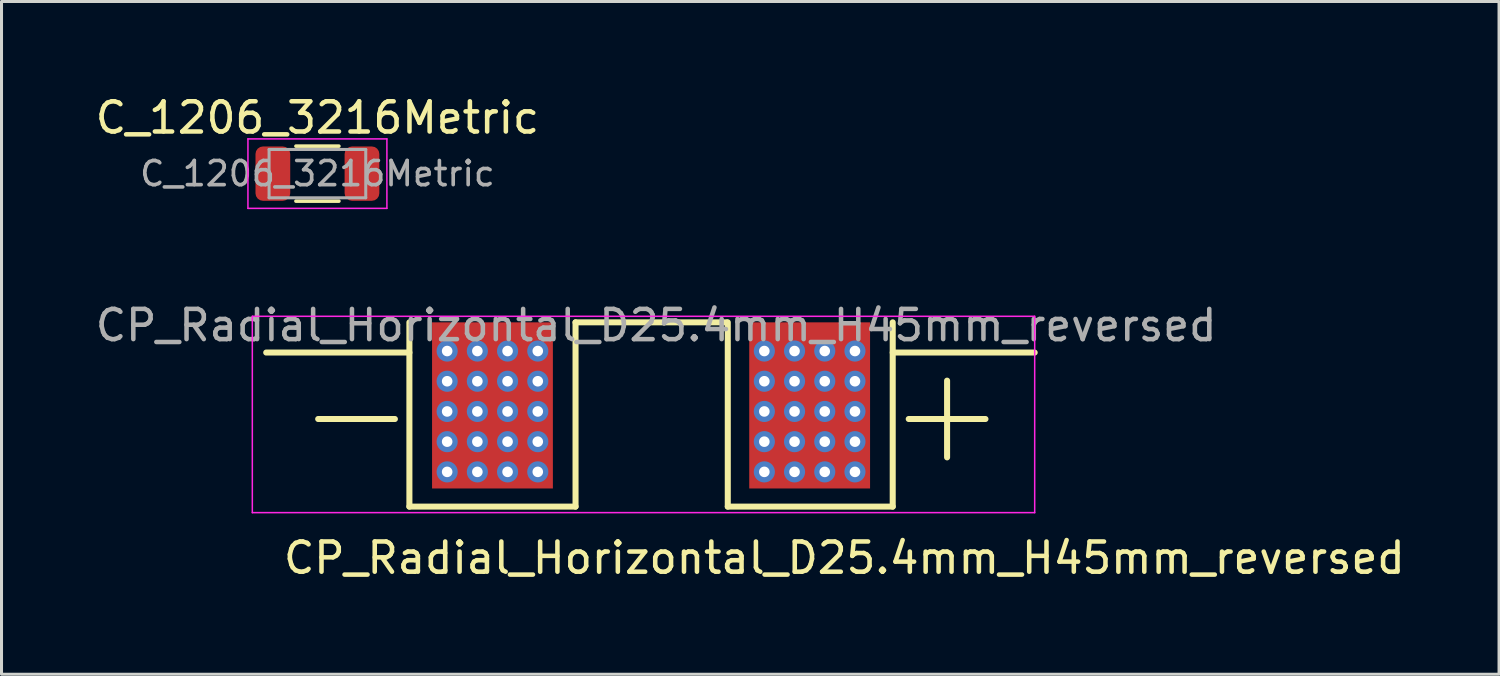
<source format=kicad_pcb>
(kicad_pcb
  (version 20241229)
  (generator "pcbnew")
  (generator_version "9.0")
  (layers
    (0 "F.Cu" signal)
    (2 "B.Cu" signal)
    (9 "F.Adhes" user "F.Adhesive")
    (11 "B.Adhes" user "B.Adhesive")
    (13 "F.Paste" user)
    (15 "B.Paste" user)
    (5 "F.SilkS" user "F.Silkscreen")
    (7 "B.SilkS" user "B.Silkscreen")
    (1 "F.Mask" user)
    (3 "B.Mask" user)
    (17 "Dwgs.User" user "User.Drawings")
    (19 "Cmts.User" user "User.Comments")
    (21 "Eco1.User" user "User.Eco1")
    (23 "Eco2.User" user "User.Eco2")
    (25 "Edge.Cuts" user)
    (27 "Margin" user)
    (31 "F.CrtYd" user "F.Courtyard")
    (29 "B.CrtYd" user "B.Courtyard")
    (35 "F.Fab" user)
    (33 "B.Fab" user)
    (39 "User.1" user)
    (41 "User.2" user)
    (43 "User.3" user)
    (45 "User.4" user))
  (footprint "CP_Radial_Horizontal_D25.4mm_H45mm_reversed"
    (layer "F.Cu")
    (at 18.503 7.421)
    (property "Reference" "CP_Radial_Horizontal_D25.4mm_H45mm_reversed" (at 6.4 8 0) (layer "F.SilkS") (effects (font (size 1 1) (thickness 0.15))))
    (attr through_hole)
    (fp_line (start -11.02 3.4) (end -8.48 3.4) (stroke (width 0.2) (type default)) (layer "F.SilkS"))
    (fp_line (start -8 0.2) (end -8 6.3) (stroke (width 0.2) (type default)) (layer "F.SilkS"))
    (fp_line (start -8 1.2) (end -12.74 1.2) (stroke (width 0.2) (type default)) (layer "F.SilkS"))
    (fp_line (start -2.5 0.2) (end -2.5 6.3) (stroke (width 0.2) (type default)) (layer "F.SilkS"))
    (fp_line (start -2.5 6.3) (end -8 6.3) (stroke (width 0.2) (type default)) (layer "F.SilkS"))
    (fp_line (start 2.5 0.2) (end -2.5 0.2) (stroke (width 0.2) (type default)) (layer "F.SilkS"))
    (fp_line (start 2.54 0.2) (end 2.54 6.3) (stroke (width 0.2) (type default)) (layer "F.SilkS"))
    (fp_line (start 8 0.2) (end 8 6.3) (stroke (width 0.2) (type default)) (layer "F.SilkS"))
    (fp_line (start 8 6.3) (end 2.54 6.3) (stroke (width 0.2) (type default)) (layer "F.SilkS"))
    (fp_line (start 9.8 2.13) (end 9.8 4.67) (stroke (width 0.2) (type default)) (layer "F.SilkS"))
    (fp_line (start 11.07 3.4) (end 8.53 3.4) (stroke (width 0.2) (type default)) (layer "F.SilkS"))
    (fp_line (start 12.7 1.2) (end 8 1.2) (stroke (width 0.2) (type default)) (layer "F.SilkS"))
    (fp_line (start -13.2 0) (end 12.7 0) (stroke (width 0.05) (type default)) (layer "F.CrtYd"))
    (fp_line (start -13.2 6.5) (end -13.2 0) (stroke (width 0.05) (type default)) (layer "F.CrtYd"))
    (fp_line (start 12.7 0) (end 12.7 6.5) (stroke (width 0.05) (type default)) (layer "F.CrtYd"))
    (fp_line (start 12.7 6.5) (end -13.2 6.5) (stroke (width 0.05) (type default)) (layer "F.CrtYd"))
    (fp_line (start -8.2 0) (end -8.2 1) (stroke (width 0.1) (type default)) (layer "User.1"))
    (fp_line (start -8.2 1) (end -13.4 1) (stroke (width 0.1) (type default)) (layer "User.1"))
    (fp_line (start 8.2 0) (end -8.2 0) (stroke (width 0.1) (type default)) (layer "User.1"))
    (fp_line (start 8.2 0) (end 8.2 1) (stroke (width 0.1) (type default)) (layer "User.1"))
    (fp_line (start 13.4 1) (end 8.2 1) (stroke (width 0.1) (type default)) (layer "User.1"))
    (fp_text user "${REFERENCE}" (at 0.17 0.3 0) (layer "F.Fab") (effects (font (size 1 1) (thickness 0.15))))
    (pad "1" thru_hole circle (at 3.75 1.15) (size 0.7 0.7) (drill 0.35) (property pad_prop_heatsink) (layers "*.Cu"))
    (pad "1" thru_hole circle (at 3.75 2.15) (size 0.7 0.7) (drill 0.35) (property pad_prop_heatsink) (layers "*.Cu"))
    (pad "1" thru_hole circle (at 3.75 3.15) (size 0.7 0.7) (drill 0.35) (property pad_prop_heatsink) (layers "*.Cu"))
    (pad "1" thru_hole circle (at 3.75 4.15) (size 0.7 0.7) (drill 0.35) (property pad_prop_heatsink) (layers "*.Cu"))
    (pad "1" thru_hole circle (at 3.75 5.15) (size 0.7 0.7) (drill 0.35) (property pad_prop_heatsink) (layers "*.Cu"))
    (pad "1" thru_hole circle (at 4.75 1.15) (size 0.7 0.7) (drill 0.35) (property pad_prop_heatsink) (layers "*.Cu"))
    (pad "1" thru_hole circle (at 4.75 2.15) (size 0.7 0.7) (drill 0.35) (property pad_prop_heatsink) (layers "*.Cu"))
    (pad "1" thru_hole circle (at 4.75 3.15) (size 0.7 0.7) (drill 0.35) (property pad_prop_heatsink) (layers "*.Cu"))
    (pad "1" thru_hole circle (at 4.75 4.15) (size 0.7 0.7) (drill 0.35) (property pad_prop_heatsink) (layers "*.Cu"))
    (pad "1" thru_hole circle (at 4.75 5.15) (size 0.7 0.7) (drill 0.35) (property pad_prop_heatsink) (layers "*.Cu"))
    (pad "1" connect rect (at 5.25 2.95) (size 4 5.5) (layers "F.Cu" "F.Mask"))
    (pad "1" thru_hole circle (at 5.75 1.15) (size 0.7 0.7) (drill 0.35) (property pad_prop_heatsink) (layers "*.Cu"))
    (pad "1" thru_hole circle (at 5.75 2.15) (size 0.7 0.7) (drill 0.35) (property pad_prop_heatsink) (layers "*.Cu"))
    (pad "1" thru_hole circle (at 5.75 3.15) (size 0.7 0.7) (drill 0.35) (property pad_prop_heatsink) (layers "*.Cu"))
    (pad "1" thru_hole circle (at 5.75 4.15) (size 0.7 0.7) (drill 0.35) (property pad_prop_heatsink) (layers "*.Cu"))
    (pad "1" thru_hole circle (at 5.75 5.15) (size 0.7 0.7) (drill 0.35) (property pad_prop_heatsink) (layers "*.Cu"))
    (pad "1" thru_hole circle (at 6.75 1.15) (size 0.7 0.7) (drill 0.35) (property pad_prop_heatsink) (layers "*.Cu"))
    (pad "1" thru_hole circle (at 6.75 2.15) (size 0.7 0.7) (drill 0.35) (property pad_prop_heatsink) (layers "*.Cu"))
    (pad "1" thru_hole circle (at 6.75 3.15) (size 0.7 0.7) (drill 0.35) (property pad_prop_heatsink) (layers "*.Cu"))
    (pad "1" thru_hole circle (at 6.75 4.15) (size 0.7 0.7) (drill 0.35) (property pad_prop_heatsink) (layers "*.Cu"))
    (pad "1" thru_hole circle (at 6.75 5.15) (size 0.7 0.7) (drill 0.35) (property pad_prop_heatsink) (layers "*.Cu"))
    (pad "2" thru_hole circle (at -6.75 1.15) (size 0.7 0.7) (drill 0.35) (property pad_prop_heatsink) (layers "*.Cu"))
    (pad "2" thru_hole circle (at -6.75 2.15) (size 0.7 0.7) (drill 0.35) (property pad_prop_heatsink) (layers "*.Cu"))
    (pad "2" thru_hole circle (at -6.75 3.15) (size 0.7 0.7) (drill 0.35) (property pad_prop_heatsink) (layers "*.Cu"))
    (pad "2" thru_hole circle (at -6.75 4.15) (size 0.7 0.7) (drill 0.35) (property pad_prop_heatsink) (layers "*.Cu"))
    (pad "2" thru_hole circle (at -6.75 5.15) (size 0.7 0.7) (drill 0.35) (property pad_prop_heatsink) (layers "*.Cu"))
    (pad "2" thru_hole circle (at -5.75 1.15) (size 0.7 0.7) (drill 0.35) (property pad_prop_heatsink) (layers "*.Cu"))
    (pad "2" thru_hole circle (at -5.75 2.15) (size 0.7 0.7) (drill 0.35) (property pad_prop_heatsink) (layers "*.Cu"))
    (pad "2" thru_hole circle (at -5.75 3.15) (size 0.7 0.7) (drill 0.35) (property pad_prop_heatsink) (layers "*.Cu"))
    (pad "2" thru_hole circle (at -5.75 4.15) (size 0.7 0.7) (drill 0.35) (property pad_prop_heatsink) (layers "*.Cu"))
    (pad "2" thru_hole circle (at -5.75 5.15) (size 0.7 0.7) (drill 0.35) (property pad_prop_heatsink) (layers "*.Cu"))
    (pad "2" connect rect (at -5.25 2.95) (size 4 5.5) (layers "F.Cu" "F.Mask"))
    (pad "2" thru_hole circle (at -4.75 1.15) (size 0.7 0.7) (drill 0.35) (property pad_prop_heatsink) (layers "*.Cu"))
    (pad "2" thru_hole circle (at -4.75 2.15) (size 0.7 0.7) (drill 0.35) (property pad_prop_heatsink) (layers "*.Cu"))
    (pad "2" thru_hole circle (at -4.75 3.15) (size 0.7 0.7) (drill 0.35) (property pad_prop_heatsink) (layers "*.Cu"))
    (pad "2" thru_hole circle (at -4.75 4.15) (size 0.7 0.7) (drill 0.35) (property pad_prop_heatsink) (layers "*.Cu"))
    (pad "2" thru_hole circle (at -4.75 5.15) (size 0.7 0.7) (drill 0.35) (property pad_prop_heatsink) (layers "*.Cu"))
    (pad "2" thru_hole circle (at -3.75 1.15) (size 0.7 0.7) (drill 0.35) (property pad_prop_heatsink) (layers "*.Cu"))
    (pad "2" thru_hole circle (at -3.75 2.15) (size 0.7 0.7) (drill 0.35) (property pad_prop_heatsink) (layers "*.Cu"))
    (pad "2" thru_hole circle (at -3.75 3.15) (size 0.7 0.7) (drill 0.35) (property pad_prop_heatsink) (layers "*.Cu"))
    (pad "2" thru_hole circle (at -3.75 4.15) (size 0.7 0.7) (drill 0.35) (property pad_prop_heatsink) (layers "*.Cu"))
    (pad "2" thru_hole circle (at -3.75 5.15) (size 0.7 0.7) (drill 0.35) (property pad_prop_heatsink) (layers "*.Cu")))
  (footprint "C_1206_3216Metric"
    (layer "F.Cu")
    (at 7.458 2.698)
    (property "Reference" "C_1206_3216Metric" (at 0 -1.85 0) (layer "F.SilkS") (effects (font (size 1 1) (thickness 0.15))))
    (attr smd)
    (fp_line (start -0.711 -0.91) (end 0.711 -0.91) (stroke (width 0.12) (type solid)) (layer "F.SilkS"))
    (fp_line (start -0.711 0.91) (end 0.711 0.91) (stroke (width 0.12) (type solid)) (layer "F.SilkS"))
    (fp_line (start -2.3 -1.15) (end 2.3 -1.15) (stroke (width 0.05) (type solid)) (layer "F.CrtYd"))
    (fp_line (start -2.3 1.15) (end -2.3 -1.15) (stroke (width 0.05) (type solid)) (layer "F.CrtYd"))
    (fp_line (start 2.3 -1.15) (end 2.3 1.15) (stroke (width 0.05) (type solid)) (layer "F.CrtYd"))
    (fp_line (start 2.3 1.15) (end -2.3 1.15) (stroke (width 0.05) (type solid)) (layer "F.CrtYd"))
    (fp_line (start -1.6 -0.8) (end 1.6 -0.8) (stroke (width 0.1) (type solid)) (layer "F.Fab"))
    (fp_line (start -1.6 0.8) (end -1.6 -0.8) (stroke (width 0.1) (type solid)) (layer "F.Fab"))
    (fp_line (start 1.6 -0.8) (end 1.6 0.8) (stroke (width 0.1) (type solid)) (layer "F.Fab"))
    (fp_line (start 1.6 0.8) (end -1.6 0.8) (stroke (width 0.1) (type solid)) (layer "F.Fab"))
    (fp_text user "${REFERENCE}" (at 0 0 0) (layer "F.Fab") (effects (font (size 0.8 0.8) (thickness 0.12))))
    (pad "1" smd roundrect (at -1.475 0) (size 1.15 1.8) (layers "F.Cu" "F.Mask" "F.Paste") (roundrect_rratio 0.217))
    (pad "2" smd roundrect (at 1.475 0) (size 1.15 1.8) (layers "F.Cu" "F.Mask" "F.Paste") (roundrect_rratio 0.217))
    (zone (net_name "") (layer "F.Cu") (hatch edge 0.5) (connect_pads) (min_thickness 0.25) (filled_areas_thickness no) (keepout (tracks not_allowed) (vias not_allowed) (pads allowed) (copperpour not_allowed) (footprints allowed)) (placement (enabled no)) (fill) (polygon (pts (xy 8.108 3.668) (xy 8.108 1.728) (xy 6.808 1.728) (xy 6.808 3.668)))))
  (gr_rect
    (start -3 -3)
    (end 46.575 19.27)
    (stroke (width 0.1) (type default))
    (fill no)
    (layer "Edge.Cuts")))
</source>
